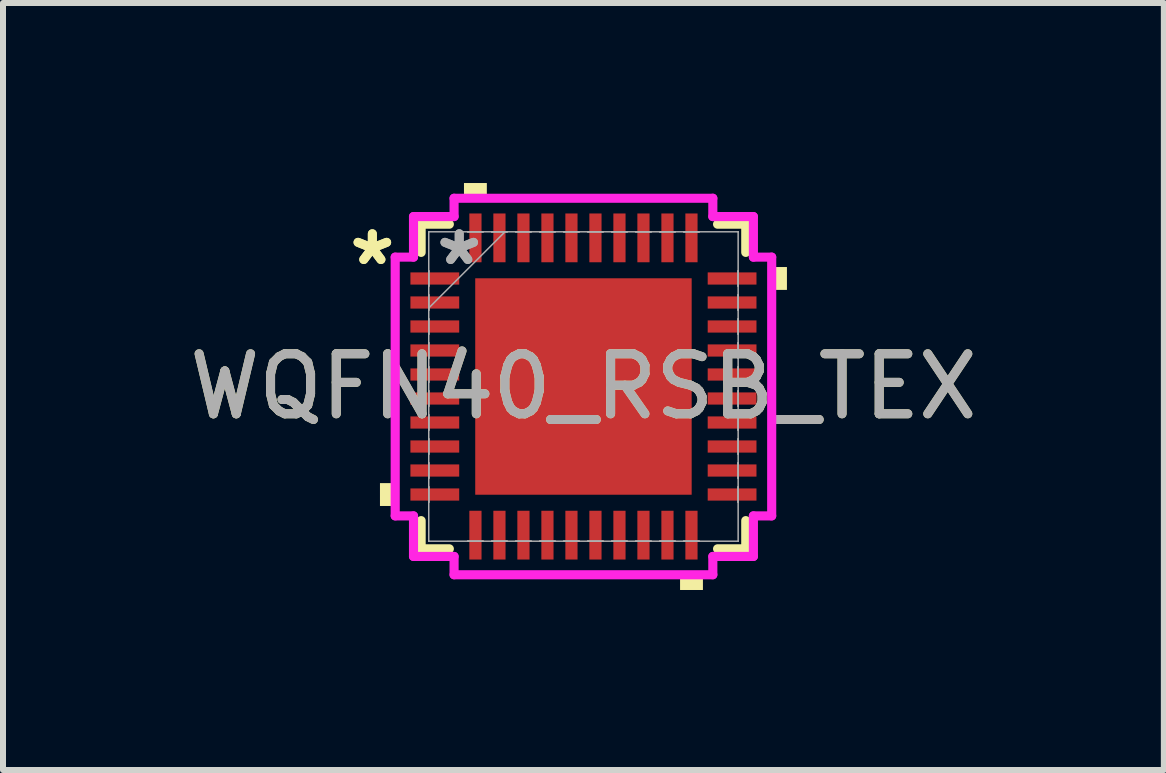
<source format=kicad_pcb>
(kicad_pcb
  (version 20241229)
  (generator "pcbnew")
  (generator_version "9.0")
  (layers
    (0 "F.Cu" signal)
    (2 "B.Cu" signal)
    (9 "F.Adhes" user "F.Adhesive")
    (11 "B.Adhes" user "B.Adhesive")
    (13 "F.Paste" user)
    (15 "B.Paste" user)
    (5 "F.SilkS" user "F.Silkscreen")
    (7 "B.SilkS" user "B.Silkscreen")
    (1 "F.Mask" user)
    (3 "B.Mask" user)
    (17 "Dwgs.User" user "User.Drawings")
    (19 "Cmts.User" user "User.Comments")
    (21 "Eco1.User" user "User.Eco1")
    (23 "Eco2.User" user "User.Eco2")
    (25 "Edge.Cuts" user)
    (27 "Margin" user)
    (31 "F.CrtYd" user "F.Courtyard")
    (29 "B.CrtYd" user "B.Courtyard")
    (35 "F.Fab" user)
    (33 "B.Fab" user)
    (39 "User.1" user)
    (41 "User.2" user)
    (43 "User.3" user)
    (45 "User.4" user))
  (footprint "WQFN40_RSB_TEX"
    (layer "F.Cu")
    (at 6.673 3.391)
    (property "Reference" "WQFN40_RSB_TEX" (at 0 0 0) (unlocked yes) (layer "F.SilkS") (effects (font (size 1 1) (thickness 0.15))))
    (attr smd)
    (fp_line (start -2.705 -2.705) (end -2.705 -2.235) (stroke (width 0.152) (type solid)) (layer "F.SilkS"))
    (fp_line (start -2.705 2.235) (end -2.705 2.705) (stroke (width 0.152) (type solid)) (layer "F.SilkS"))
    (fp_line (start -2.705 2.705) (end -2.235 2.705) (stroke (width 0.152) (type solid)) (layer "F.SilkS"))
    (fp_line (start -2.235 -2.705) (end -2.705 -2.705) (stroke (width 0.152) (type solid)) (layer "F.SilkS"))
    (fp_line (start 2.235 2.705) (end 2.705 2.705) (stroke (width 0.152) (type solid)) (layer "F.SilkS"))
    (fp_line (start 2.705 -2.705) (end 2.235 -2.705) (stroke (width 0.152) (type solid)) (layer "F.SilkS"))
    (fp_line (start 2.705 -2.235) (end 2.705 -2.705) (stroke (width 0.152) (type solid)) (layer "F.SilkS"))
    (fp_line (start 2.705 2.705) (end 2.705 2.235) (stroke (width 0.152) (type solid)) (layer "F.SilkS"))
    (fp_poly (pts (xy -3.391 1.61) (xy -3.391 1.991) (xy -3.137 1.991) (xy -3.137 1.61)) (stroke (width 0) (type solid)) (fill yes) (layer "F.SilkS"))
    (fp_poly (pts (xy -1.991 -3.137) (xy -1.991 -3.391) (xy -1.61 -3.391) (xy -1.61 -3.137)) (stroke (width 0) (type solid)) (fill yes) (layer "F.SilkS"))
    (fp_poly (pts (xy 1.61 3.137) (xy 1.61 3.391) (xy 1.991 3.391) (xy 1.991 3.137)) (stroke (width 0) (type solid)) (fill yes) (layer "F.SilkS"))
    (fp_poly (pts (xy 3.391 -1.991) (xy 3.391 -1.61) (xy 3.137 -1.61) (xy 3.137 -1.991)) (stroke (width 0) (type solid)) (fill yes) (layer "F.SilkS"))
    (fp_poly (pts (xy -1.703 -1.703) (xy -1.703 -0.1) (xy -0.1 -0.1) (xy -0.1 -1.703)) (stroke (width 0) (type solid)) (fill yes) (layer "F.Paste"))
    (fp_poly (pts (xy -1.703 0.1) (xy -1.703 1.703) (xy -0.1 1.703) (xy -0.1 0.1)) (stroke (width 0) (type solid)) (fill yes) (layer "F.Paste"))
    (fp_poly (pts (xy 0.1 -1.703) (xy 0.1 -0.1) (xy 1.703 -0.1) (xy 1.703 -1.703)) (stroke (width 0) (type solid)) (fill yes) (layer "F.Paste"))
    (fp_poly (pts (xy 0.1 0.1) (xy 0.1 1.703) (xy 1.703 1.703) (xy 1.703 0.1)) (stroke (width 0) (type solid)) (fill yes) (layer "F.Paste"))
    (fp_line (start -3.137 -2.156) (end -2.832 -2.156) (stroke (width 0.152) (type solid)) (layer "F.CrtYd"))
    (fp_line (start -3.137 2.156) (end -3.137 -2.156) (stroke (width 0.152) (type solid)) (layer "F.CrtYd"))
    (fp_line (start -2.832 -2.832) (end -2.156 -2.832) (stroke (width 0.152) (type solid)) (layer "F.CrtYd"))
    (fp_line (start -2.832 -2.156) (end -2.832 -2.832) (stroke (width 0.152) (type solid)) (layer "F.CrtYd"))
    (fp_line (start -2.832 2.156) (end -3.137 2.156) (stroke (width 0.152) (type solid)) (layer "F.CrtYd"))
    (fp_line (start -2.832 2.832) (end -2.832 2.156) (stroke (width 0.152) (type solid)) (layer "F.CrtYd"))
    (fp_line (start -2.156 -3.137) (end 2.156 -3.137) (stroke (width 0.152) (type solid)) (layer "F.CrtYd"))
    (fp_line (start -2.156 -2.832) (end -2.156 -3.137) (stroke (width 0.152) (type solid)) (layer "F.CrtYd"))
    (fp_line (start -2.156 2.832) (end -2.832 2.832) (stroke (width 0.152) (type solid)) (layer "F.CrtYd"))
    (fp_line (start -2.156 3.137) (end -2.156 2.832) (stroke (width 0.152) (type solid)) (layer "F.CrtYd"))
    (fp_line (start 2.156 -3.137) (end 2.156 -2.832) (stroke (width 0.152) (type solid)) (layer "F.CrtYd"))
    (fp_line (start 2.156 -2.832) (end 2.832 -2.832) (stroke (width 0.152) (type solid)) (layer "F.CrtYd"))
    (fp_line (start 2.156 2.832) (end 2.156 3.137) (stroke (width 0.152) (type solid)) (layer "F.CrtYd"))
    (fp_line (start 2.156 3.137) (end -2.156 3.137) (stroke (width 0.152) (type solid)) (layer "F.CrtYd"))
    (fp_line (start 2.832 -2.832) (end 2.832 -2.156) (stroke (width 0.152) (type solid)) (layer "F.CrtYd"))
    (fp_line (start 2.832 -2.156) (end 3.137 -2.156) (stroke (width 0.152) (type solid)) (layer "F.CrtYd"))
    (fp_line (start 2.832 2.156) (end 2.832 2.832) (stroke (width 0.152) (type solid)) (layer "F.CrtYd"))
    (fp_line (start 2.832 2.832) (end 2.156 2.832) (stroke (width 0.152) (type solid)) (layer "F.CrtYd"))
    (fp_line (start 3.137 -2.156) (end 3.137 2.156) (stroke (width 0.152) (type solid)) (layer "F.CrtYd"))
    (fp_line (start 3.137 2.156) (end 2.832 2.156) (stroke (width 0.152) (type solid)) (layer "F.CrtYd"))
    (fp_line (start -2.578 -2.578) (end -2.578 -2.578) (stroke (width 0.025) (type solid)) (layer "F.Fab"))
    (fp_line (start -2.578 -2.578) (end -2.578 2.578) (stroke (width 0.025) (type solid)) (layer "F.Fab"))
    (fp_line (start -2.578 -1.927) (end -2.578 -1.927) (stroke (width 0.025) (type solid)) (layer "F.Fab"))
    (fp_line (start -2.578 -1.927) (end -2.578 -1.673) (stroke (width 0.025) (type solid)) (layer "F.Fab"))
    (fp_line (start -2.578 -1.673) (end -2.578 -1.927) (stroke (width 0.025) (type solid)) (layer "F.Fab"))
    (fp_line (start -2.578 -1.673) (end -2.578 -1.673) (stroke (width 0.025) (type solid)) (layer "F.Fab"))
    (fp_line (start -2.578 -1.527) (end -2.578 -1.527) (stroke (width 0.025) (type solid)) (layer "F.Fab"))
    (fp_line (start -2.578 -1.527) (end -2.578 -1.273) (stroke (width 0.025) (type solid)) (layer "F.Fab"))
    (fp_line (start -2.578 -1.308) (end -1.308 -2.578) (stroke (width 0.025) (type solid)) (layer "F.Fab"))
    (fp_line (start -2.578 -1.273) (end -2.578 -1.527) (stroke (width 0.025) (type solid)) (layer "F.Fab"))
    (fp_line (start -2.578 -1.273) (end -2.578 -1.273) (stroke (width 0.025) (type solid)) (layer "F.Fab"))
    (fp_line (start -2.578 -1.127) (end -2.578 -1.127) (stroke (width 0.025) (type solid)) (layer "F.Fab"))
    (fp_line (start -2.578 -1.127) (end -2.578 -0.873) (stroke (width 0.025) (type solid)) (layer "F.Fab"))
    (fp_line (start -2.578 -0.873) (end -2.578 -1.127) (stroke (width 0.025) (type solid)) (layer "F.Fab"))
    (fp_line (start -2.578 -0.873) (end -2.578 -0.873) (stroke (width 0.025) (type solid)) (layer "F.Fab"))
    (fp_line (start -2.578 -0.727) (end -2.578 -0.727) (stroke (width 0.025) (type solid)) (layer "F.Fab"))
    (fp_line (start -2.578 -0.727) (end -2.578 -0.473) (stroke (width 0.025) (type solid)) (layer "F.Fab"))
    (fp_line (start -2.578 -0.473) (end -2.578 -0.727) (stroke (width 0.025) (type solid)) (layer "F.Fab"))
    (fp_line (start -2.578 -0.473) (end -2.578 -0.473) (stroke (width 0.025) (type solid)) (layer "F.Fab"))
    (fp_line (start -2.578 -0.327) (end -2.578 -0.327) (stroke (width 0.025) (type solid)) (layer "F.Fab"))
    (fp_line (start -2.578 -0.327) (end -2.578 -0.073) (stroke (width 0.025) (type solid)) (layer "F.Fab"))
    (fp_line (start -2.578 -0.073) (end -2.578 -0.327) (stroke (width 0.025) (type solid)) (layer "F.Fab"))
    (fp_line (start -2.578 -0.073) (end -2.578 -0.073) (stroke (width 0.025) (type solid)) (layer "F.Fab"))
    (fp_line (start -2.578 0.073) (end -2.578 0.073) (stroke (width 0.025) (type solid)) (layer "F.Fab"))
    (fp_line (start -2.578 0.073) (end -2.578 0.327) (stroke (width 0.025) (type solid)) (layer "F.Fab"))
    (fp_line (start -2.578 0.327) (end -2.578 0.073) (stroke (width 0.025) (type solid)) (layer "F.Fab"))
    (fp_line (start -2.578 0.327) (end -2.578 0.327) (stroke (width 0.025) (type solid)) (layer "F.Fab"))
    (fp_line (start -2.578 0.473) (end -2.578 0.473) (stroke (width 0.025) (type solid)) (layer "F.Fab"))
    (fp_line (start -2.578 0.473) (end -2.578 0.727) (stroke (width 0.025) (type solid)) (layer "F.Fab"))
    (fp_line (start -2.578 0.727) (end -2.578 0.473) (stroke (width 0.025) (type solid)) (layer "F.Fab"))
    (fp_line (start -2.578 0.727) (end -2.578 0.727) (stroke (width 0.025) (type solid)) (layer "F.Fab"))
    (fp_line (start -2.578 0.873) (end -2.578 0.873) (stroke (width 0.025) (type solid)) (layer "F.Fab"))
    (fp_line (start -2.578 0.873) (end -2.578 1.127) (stroke (width 0.025) (type solid)) (layer "F.Fab"))
    (fp_line (start -2.578 1.127) (end -2.578 0.873) (stroke (width 0.025) (type solid)) (layer "F.Fab"))
    (fp_line (start -2.578 1.127) (end -2.578 1.127) (stroke (width 0.025) (type solid)) (layer "F.Fab"))
    (fp_line (start -2.578 1.273) (end -2.578 1.273) (stroke (width 0.025) (type solid)) (layer "F.Fab"))
    (fp_line (start -2.578 1.273) (end -2.578 1.527) (stroke (width 0.025) (type solid)) (layer "F.Fab"))
    (fp_line (start -2.578 1.527) (end -2.578 1.273) (stroke (width 0.025) (type solid)) (layer "F.Fab"))
    (fp_line (start -2.578 1.527) (end -2.578 1.527) (stroke (width 0.025) (type solid)) (layer "F.Fab"))
    (fp_line (start -2.578 1.673) (end -2.578 1.673) (stroke (width 0.025) (type solid)) (layer "F.Fab"))
    (fp_line (start -2.578 1.673) (end -2.578 1.927) (stroke (width 0.025) (type solid)) (layer "F.Fab"))
    (fp_line (start -2.578 1.927) (end -2.578 1.673) (stroke (width 0.025) (type solid)) (layer "F.Fab"))
    (fp_line (start -2.578 1.927) (end -2.578 1.927) (stroke (width 0.025) (type solid)) (layer "F.Fab"))
    (fp_line (start -2.578 2.578) (end -2.578 2.578) (stroke (width 0.025) (type solid)) (layer "F.Fab"))
    (fp_line (start -2.578 2.578) (end 2.578 2.578) (stroke (width 0.025) (type solid)) (layer "F.Fab"))
    (fp_line (start -1.927 -2.578) (end -1.927 -2.578) (stroke (width 0.025) (type solid)) (layer "F.Fab"))
    (fp_line (start -1.927 -2.578) (end -1.673 -2.578) (stroke (width 0.025) (type solid)) (layer "F.Fab"))
    (fp_line (start -1.927 2.578) (end -1.927 2.578) (stroke (width 0.025) (type solid)) (layer "F.Fab"))
    (fp_line (start -1.927 2.578) (end -1.673 2.578) (stroke (width 0.025) (type solid)) (layer "F.Fab"))
    (fp_line (start -1.673 -2.578) (end -1.927 -2.578) (stroke (width 0.025) (type solid)) (layer "F.Fab"))
    (fp_line (start -1.673 -2.578) (end -1.673 -2.578) (stroke (width 0.025) (type solid)) (layer "F.Fab"))
    (fp_line (start -1.673 2.578) (end -1.927 2.578) (stroke (width 0.025) (type solid)) (layer "F.Fab"))
    (fp_line (start -1.673 2.578) (end -1.673 2.578) (stroke (width 0.025) (type solid)) (layer "F.Fab"))
    (fp_line (start -1.527 -2.578) (end -1.527 -2.578) (stroke (width 0.025) (type solid)) (layer "F.Fab"))
    (fp_line (start -1.527 -2.578) (end -1.273 -2.578) (stroke (width 0.025) (type solid)) (layer "F.Fab"))
    (fp_line (start -1.527 2.578) (end -1.527 2.578) (stroke (width 0.025) (type solid)) (layer "F.Fab"))
    (fp_line (start -1.527 2.578) (end -1.273 2.578) (stroke (width 0.025) (type solid)) (layer "F.Fab"))
    (fp_line (start -1.273 -2.578) (end -1.527 -2.578) (stroke (width 0.025) (type solid)) (layer "F.Fab"))
    (fp_line (start -1.273 -2.578) (end -1.273 -2.578) (stroke (width 0.025) (type solid)) (layer "F.Fab"))
    (fp_line (start -1.273 2.578) (end -1.527 2.578) (stroke (width 0.025) (type solid)) (layer "F.Fab"))
    (fp_line (start -1.273 2.578) (end -1.273 2.578) (stroke (width 0.025) (type solid)) (layer "F.Fab"))
    (fp_line (start -1.127 -2.578) (end -1.127 -2.578) (stroke (width 0.025) (type solid)) (layer "F.Fab"))
    (fp_line (start -1.127 -2.578) (end -0.873 -2.578) (stroke (width 0.025) (type solid)) (layer "F.Fab"))
    (fp_line (start -1.127 2.578) (end -1.127 2.578) (stroke (width 0.025) (type solid)) (layer "F.Fab"))
    (fp_line (start -1.127 2.578) (end -0.873 2.578) (stroke (width 0.025) (type solid)) (layer "F.Fab"))
    (fp_line (start -0.873 -2.578) (end -1.127 -2.578) (stroke (width 0.025) (type solid)) (layer "F.Fab"))
    (fp_line (start -0.873 -2.578) (end -0.873 -2.578) (stroke (width 0.025) (type solid)) (layer "F.Fab"))
    (fp_line (start -0.873 2.578) (end -1.127 2.578) (stroke (width 0.025) (type solid)) (layer "F.Fab"))
    (fp_line (start -0.873 2.578) (end -0.873 2.578) (stroke (width 0.025) (type solid)) (layer "F.Fab"))
    (fp_line (start -0.727 -2.578) (end -0.727 -2.578) (stroke (width 0.025) (type solid)) (layer "F.Fab"))
    (fp_line (start -0.727 -2.578) (end -0.473 -2.578) (stroke (width 0.025) (type solid)) (layer "F.Fab"))
    (fp_line (start -0.727 2.578) (end -0.727 2.578) (stroke (width 0.025) (type solid)) (layer "F.Fab"))
    (fp_line (start -0.727 2.578) (end -0.473 2.578) (stroke (width 0.025) (type solid)) (layer "F.Fab"))
    (fp_line (start -0.473 -2.578) (end -0.727 -2.578) (stroke (width 0.025) (type solid)) (layer "F.Fab"))
    (fp_line (start -0.473 -2.578) (end -0.473 -2.578) (stroke (width 0.025) (type solid)) (layer "F.Fab"))
    (fp_line (start -0.473 2.578) (end -0.727 2.578) (stroke (width 0.025) (type solid)) (layer "F.Fab"))
    (fp_line (start -0.473 2.578) (end -0.473 2.578) (stroke (width 0.025) (type solid)) (layer "F.Fab"))
    (fp_line (start -0.327 -2.578) (end -0.327 -2.578) (stroke (width 0.025) (type solid)) (layer "F.Fab"))
    (fp_line (start -0.327 -2.578) (end -0.073 -2.578) (stroke (width 0.025) (type solid)) (layer "F.Fab"))
    (fp_line (start -0.327 2.578) (end -0.327 2.578) (stroke (width 0.025) (type solid)) (layer "F.Fab"))
    (fp_line (start -0.327 2.578) (end -0.073 2.578) (stroke (width 0.025) (type solid)) (layer "F.Fab"))
    (fp_line (start -0.073 -2.578) (end -0.327 -2.578) (stroke (width 0.025) (type solid)) (layer "F.Fab"))
    (fp_line (start -0.073 -2.578) (end -0.073 -2.578) (stroke (width 0.025) (type solid)) (layer "F.Fab"))
    (fp_line (start -0.073 2.578) (end -0.327 2.578) (stroke (width 0.025) (type solid)) (layer "F.Fab"))
    (fp_line (start -0.073 2.578) (end -0.073 2.578) (stroke (width 0.025) (type solid)) (layer "F.Fab"))
    (fp_line (start 0.073 -2.578) (end 0.073 -2.578) (stroke (width 0.025) (type solid)) (layer "F.Fab"))
    (fp_line (start 0.073 -2.578) (end 0.327 -2.578) (stroke (width 0.025) (type solid)) (layer "F.Fab"))
    (fp_line (start 0.073 2.578) (end 0.073 2.578) (stroke (width 0.025) (type solid)) (layer "F.Fab"))
    (fp_line (start 0.073 2.578) (end 0.327 2.578) (stroke (width 0.025) (type solid)) (layer "F.Fab"))
    (fp_line (start 0.327 -2.578) (end 0.073 -2.578) (stroke (width 0.025) (type solid)) (layer "F.Fab"))
    (fp_line (start 0.327 -2.578) (end 0.327 -2.578) (stroke (width 0.025) (type solid)) (layer "F.Fab"))
    (fp_line (start 0.327 2.578) (end 0.073 2.578) (stroke (width 0.025) (type solid)) (layer "F.Fab"))
    (fp_line (start 0.327 2.578) (end 0.327 2.578) (stroke (width 0.025) (type solid)) (layer "F.Fab"))
    (fp_line (start 0.473 -2.578) (end 0.473 -2.578) (stroke (width 0.025) (type solid)) (layer "F.Fab"))
    (fp_line (start 0.473 -2.578) (end 0.727 -2.578) (stroke (width 0.025) (type solid)) (layer "F.Fab"))
    (fp_line (start 0.473 2.578) (end 0.473 2.578) (stroke (width 0.025) (type solid)) (layer "F.Fab"))
    (fp_line (start 0.473 2.578) (end 0.727 2.578) (stroke (width 0.025) (type solid)) (layer "F.Fab"))
    (fp_line (start 0.727 -2.578) (end 0.473 -2.578) (stroke (width 0.025) (type solid)) (layer "F.Fab"))
    (fp_line (start 0.727 -2.578) (end 0.727 -2.578) (stroke (width 0.025) (type solid)) (layer "F.Fab"))
    (fp_line (start 0.727 2.578) (end 0.473 2.578) (stroke (width 0.025) (type solid)) (layer "F.Fab"))
    (fp_line (start 0.727 2.578) (end 0.727 2.578) (stroke (width 0.025) (type solid)) (layer "F.Fab"))
    (fp_line (start 0.873 -2.578) (end 0.873 -2.578) (stroke (width 0.025) (type solid)) (layer "F.Fab"))
    (fp_line (start 0.873 -2.578) (end 1.127 -2.578) (stroke (width 0.025) (type solid)) (layer "F.Fab"))
    (fp_line (start 0.873 2.578) (end 0.873 2.578) (stroke (width 0.025) (type solid)) (layer "F.Fab"))
    (fp_line (start 0.873 2.578) (end 1.127 2.578) (stroke (width 0.025) (type solid)) (layer "F.Fab"))
    (fp_line (start 1.127 -2.578) (end 0.873 -2.578) (stroke (width 0.025) (type solid)) (layer "F.Fab"))
    (fp_line (start 1.127 -2.578) (end 1.127 -2.578) (stroke (width 0.025) (type solid)) (layer "F.Fab"))
    (fp_line (start 1.127 2.578) (end 0.873 2.578) (stroke (width 0.025) (type solid)) (layer "F.Fab"))
    (fp_line (start 1.127 2.578) (end 1.127 2.578) (stroke (width 0.025) (type solid)) (layer "F.Fab"))
    (fp_line (start 1.273 -2.578) (end 1.273 -2.578) (stroke (width 0.025) (type solid)) (layer "F.Fab"))
    (fp_line (start 1.273 -2.578) (end 1.527 -2.578) (stroke (width 0.025) (type solid)) (layer "F.Fab"))
    (fp_line (start 1.273 2.578) (end 1.273 2.578) (stroke (width 0.025) (type solid)) (layer "F.Fab"))
    (fp_line (start 1.273 2.578) (end 1.527 2.578) (stroke (width 0.025) (type solid)) (layer "F.Fab"))
    (fp_line (start 1.527 -2.578) (end 1.273 -2.578) (stroke (width 0.025) (type solid)) (layer "F.Fab"))
    (fp_line (start 1.527 -2.578) (end 1.527 -2.578) (stroke (width 0.025) (type solid)) (layer "F.Fab"))
    (fp_line (start 1.527 2.578) (end 1.273 2.578) (stroke (width 0.025) (type solid)) (layer "F.Fab"))
    (fp_line (start 1.527 2.578) (end 1.527 2.578) (stroke (width 0.025) (type solid)) (layer "F.Fab"))
    (fp_line (start 1.673 -2.578) (end 1.673 -2.578) (stroke (width 0.025) (type solid)) (layer "F.Fab"))
    (fp_line (start 1.673 -2.578) (end 1.927 -2.578) (stroke (width 0.025) (type solid)) (layer "F.Fab"))
    (fp_line (start 1.673 2.578) (end 1.673 2.578) (stroke (width 0.025) (type solid)) (layer "F.Fab"))
    (fp_line (start 1.673 2.578) (end 1.927 2.578) (stroke (width 0.025) (type solid)) (layer "F.Fab"))
    (fp_line (start 1.927 -2.578) (end 1.673 -2.578) (stroke (width 0.025) (type solid)) (layer "F.Fab"))
    (fp_line (start 1.927 -2.578) (end 1.927 -2.578) (stroke (width 0.025) (type solid)) (layer "F.Fab"))
    (fp_line (start 1.927 2.578) (end 1.673 2.578) (stroke (width 0.025) (type solid)) (layer "F.Fab"))
    (fp_line (start 1.927 2.578) (end 1.927 2.578) (stroke (width 0.025) (type solid)) (layer "F.Fab"))
    (fp_line (start 2.578 -2.578) (end -2.578 -2.578) (stroke (width 0.025) (type solid)) (layer "F.Fab"))
    (fp_line (start 2.578 -2.578) (end 2.578 -2.578) (stroke (width 0.025) (type solid)) (layer "F.Fab"))
    (fp_line (start 2.578 -1.927) (end 2.578 -1.927) (stroke (width 0.025) (type solid)) (layer "F.Fab"))
    (fp_line (start 2.578 -1.927) (end 2.578 -1.673) (stroke (width 0.025) (type solid)) (layer "F.Fab"))
    (fp_line (start 2.578 -1.673) (end 2.578 -1.927) (stroke (width 0.025) (type solid)) (layer "F.Fab"))
    (fp_line (start 2.578 -1.673) (end 2.578 -1.673) (stroke (width 0.025) (type solid)) (layer "F.Fab"))
    (fp_line (start 2.578 -1.527) (end 2.578 -1.527) (stroke (width 0.025) (type solid)) (layer "F.Fab"))
    (fp_line (start 2.578 -1.527) (end 2.578 -1.273) (stroke (width 0.025) (type solid)) (layer "F.Fab"))
    (fp_line (start 2.578 -1.273) (end 2.578 -1.527) (stroke (width 0.025) (type solid)) (layer "F.Fab"))
    (fp_line (start 2.578 -1.273) (end 2.578 -1.273) (stroke (width 0.025) (type solid)) (layer "F.Fab"))
    (fp_line (start 2.578 -1.127) (end 2.578 -1.127) (stroke (width 0.025) (type solid)) (layer "F.Fab"))
    (fp_line (start 2.578 -1.127) (end 2.578 -0.873) (stroke (width 0.025) (type solid)) (layer "F.Fab"))
    (fp_line (start 2.578 -0.873) (end 2.578 -1.127) (stroke (width 0.025) (type solid)) (layer "F.Fab"))
    (fp_line (start 2.578 -0.873) (end 2.578 -0.873) (stroke (width 0.025) (type solid)) (layer "F.Fab"))
    (fp_line (start 2.578 -0.727) (end 2.578 -0.727) (stroke (width 0.025) (type solid)) (layer "F.Fab"))
    (fp_line (start 2.578 -0.727) (end 2.578 -0.473) (stroke (width 0.025) (type solid)) (layer "F.Fab"))
    (fp_line (start 2.578 -0.473) (end 2.578 -0.727) (stroke (width 0.025) (type solid)) (layer "F.Fab"))
    (fp_line (start 2.578 -0.473) (end 2.578 -0.473) (stroke (width 0.025) (type solid)) (layer "F.Fab"))
    (fp_line (start 2.578 -0.327) (end 2.578 -0.327) (stroke (width 0.025) (type solid)) (layer "F.Fab"))
    (fp_line (start 2.578 -0.327) (end 2.578 -0.073) (stroke (width 0.025) (type solid)) (layer "F.Fab"))
    (fp_line (start 2.578 -0.073) (end 2.578 -0.327) (stroke (width 0.025) (type solid)) (layer "F.Fab"))
    (fp_line (start 2.578 -0.073) (end 2.578 -0.073) (stroke (width 0.025) (type solid)) (layer "F.Fab"))
    (fp_line (start 2.578 0.073) (end 2.578 0.073) (stroke (width 0.025) (type solid)) (layer "F.Fab"))
    (fp_line (start 2.578 0.073) (end 2.578 0.327) (stroke (width 0.025) (type solid)) (layer "F.Fab"))
    (fp_line (start 2.578 0.327) (end 2.578 0.073) (stroke (width 0.025) (type solid)) (layer "F.Fab"))
    (fp_line (start 2.578 0.327) (end 2.578 0.327) (stroke (width 0.025) (type solid)) (layer "F.Fab"))
    (fp_line (start 2.578 0.473) (end 2.578 0.473) (stroke (width 0.025) (type solid)) (layer "F.Fab"))
    (fp_line (start 2.578 0.473) (end 2.578 0.727) (stroke (width 0.025) (type solid)) (layer "F.Fab"))
    (fp_line (start 2.578 0.727) (end 2.578 0.473) (stroke (width 0.025) (type solid)) (layer "F.Fab"))
    (fp_line (start 2.578 0.727) (end 2.578 0.727) (stroke (width 0.025) (type solid)) (layer "F.Fab"))
    (fp_line (start 2.578 0.873) (end 2.578 0.873) (stroke (width 0.025) (type solid)) (layer "F.Fab"))
    (fp_line (start 2.578 0.873) (end 2.578 1.127) (stroke (width 0.025) (type solid)) (layer "F.Fab"))
    (fp_line (start 2.578 1.127) (end 2.578 0.873) (stroke (width 0.025) (type solid)) (layer "F.Fab"))
    (fp_line (start 2.578 1.127) (end 2.578 1.127) (stroke (width 0.025) (type solid)) (layer "F.Fab"))
    (fp_line (start 2.578 1.273) (end 2.578 1.273) (stroke (width 0.025) (type solid)) (layer "F.Fab"))
    (fp_line (start 2.578 1.273) (end 2.578 1.527) (stroke (width 0.025) (type solid)) (layer "F.Fab"))
    (fp_line (start 2.578 1.527) (end 2.578 1.273) (stroke (width 0.025) (type solid)) (layer "F.Fab"))
    (fp_line (start 2.578 1.527) (end 2.578 1.527) (stroke (width 0.025) (type solid)) (layer "F.Fab"))
    (fp_line (start 2.578 1.673) (end 2.578 1.673) (stroke (width 0.025) (type solid)) (layer "F.Fab"))
    (fp_line (start 2.578 1.673) (end 2.578 1.927) (stroke (width 0.025) (type solid)) (layer "F.Fab"))
    (fp_line (start 2.578 1.927) (end 2.578 1.673) (stroke (width 0.025) (type solid)) (layer "F.Fab"))
    (fp_line (start 2.578 1.927) (end 2.578 1.927) (stroke (width 0.025) (type solid)) (layer "F.Fab"))
    (fp_line (start 2.578 2.578) (end 2.578 -2.578) (stroke (width 0.025) (type solid)) (layer "F.Fab"))
    (fp_line (start 2.578 2.578) (end 2.578 2.578) (stroke (width 0.025) (type solid)) (layer "F.Fab"))
    (fp_text user "*" (at -3.518 -2 0) (layer "F.SilkS") (effects (font (size 1 1) (thickness 0.15))))
    (fp_text user "*" (at -3.518 -2 0) (unlocked yes) (layer "F.SilkS") (effects (font (size 1 1) (thickness 0.15))))
    (fp_text user "*" (at -2.07 -2 0) (unlocked yes) (layer "F.Fab") (effects (font (size 1 1) (thickness 0.15))))
    (fp_text user "${REFERENCE}" (at 0 0 0) (unlocked yes) (layer "F.Fab") (effects (font (size 1 1) (thickness 0.15))))
    (fp_text user "*" (at -2.07 -2 0) (layer "F.Fab") (effects (font (size 1 1) (thickness 0.15))))
    (pad "1" smd rect (at -2.477 -1.8 90) (size 0.203 0.813) (layers "F.Cu" "F.Mask" "F.Paste"))
    (pad "2" smd rect (at -2.477 -1.4 90) (size 0.203 0.813) (layers "F.Cu" "F.Mask" "F.Paste"))
    (pad "3" smd rect (at -2.477 -1 90) (size 0.203 0.813) (layers "F.Cu" "F.Mask" "F.Paste"))
    (pad "4" smd rect (at -2.477 -0.6 90) (size 0.203 0.813) (layers "F.Cu" "F.Mask" "F.Paste"))
    (pad "5" smd rect (at -2.477 -0.2 90) (size 0.203 0.813) (layers "F.Cu" "F.Mask" "F.Paste"))
    (pad "6" smd rect (at -2.477 0.2 90) (size 0.203 0.813) (layers "F.Cu" "F.Mask" "F.Paste"))
    (pad "7" smd rect (at -2.477 0.6 90) (size 0.203 0.813) (layers "F.Cu" "F.Mask" "F.Paste"))
    (pad "8" smd rect (at -2.477 1 90) (size 0.203 0.813) (layers "F.Cu" "F.Mask" "F.Paste"))
    (pad "9" smd rect (at -2.477 1.4 90) (size 0.203 0.813) (layers "F.Cu" "F.Mask" "F.Paste"))
    (pad "10" smd rect (at -2.477 1.8 90) (size 0.203 0.813) (layers "F.Cu" "F.Mask" "F.Paste"))
    (pad "11" smd rect (at -1.8 2.477) (size 0.203 0.813) (layers "F.Cu" "F.Mask" "F.Paste"))
    (pad "12" smd rect (at -1.4 2.477) (size 0.203 0.813) (layers "F.Cu" "F.Mask" "F.Paste"))
    (pad "13" smd rect (at -1 2.477) (size 0.203 0.813) (layers "F.Cu" "F.Mask" "F.Paste"))
    (pad "14" smd rect (at -0.6 2.477) (size 0.203 0.813) (layers "F.Cu" "F.Mask" "F.Paste"))
    (pad "15" smd rect (at -0.2 2.477) (size 0.203 0.813) (layers "F.Cu" "F.Mask" "F.Paste"))
    (pad "16" smd rect (at 0.2 2.477) (size 0.203 0.813) (layers "F.Cu" "F.Mask" "F.Paste"))
    (pad "17" smd rect (at 0.6 2.477) (size 0.203 0.813) (layers "F.Cu" "F.Mask" "F.Paste"))
    (pad "18" smd rect (at 1 2.477) (size 0.203 0.813) (layers "F.Cu" "F.Mask" "F.Paste"))
    (pad "19" smd rect (at 1.4 2.477) (size 0.203 0.813) (layers "F.Cu" "F.Mask" "F.Paste"))
    (pad "20" smd rect (at 1.8 2.477) (size 0.203 0.813) (layers "F.Cu" "F.Mask" "F.Paste"))
    (pad "21" smd rect (at 2.477 1.8 90) (size 0.203 0.813) (layers "F.Cu" "F.Mask" "F.Paste"))
    (pad "22" smd rect (at 2.477 1.4 90) (size 0.203 0.813) (layers "F.Cu" "F.Mask" "F.Paste"))
    (pad "23" smd rect (at 2.477 1 90) (size 0.203 0.813) (layers "F.Cu" "F.Mask" "F.Paste"))
    (pad "24" smd rect (at 2.477 0.6 90) (size 0.203 0.813) (layers "F.Cu" "F.Mask" "F.Paste"))
    (pad "25" smd rect (at 2.477 0.2 90) (size 0.203 0.813) (layers "F.Cu" "F.Mask" "F.Paste"))
    (pad "26" smd rect (at 2.477 -0.2 90) (size 0.203 0.813) (layers "F.Cu" "F.Mask" "F.Paste"))
    (pad "27" smd rect (at 2.477 -0.6 90) (size 0.203 0.813) (layers "F.Cu" "F.Mask" "F.Paste"))
    (pad "28" smd rect (at 2.477 -1 90) (size 0.203 0.813) (layers "F.Cu" "F.Mask" "F.Paste"))
    (pad "29" smd rect (at 2.477 -1.4 90) (size 0.203 0.813) (layers "F.Cu" "F.Mask" "F.Paste"))
    (pad "30" smd rect (at 2.477 -1.8 90) (size 0.203 0.813) (layers "F.Cu" "F.Mask" "F.Paste"))
    (pad "31" smd rect (at 1.8 -2.477) (size 0.203 0.813) (layers "F.Cu" "F.Mask" "F.Paste"))
    (pad "32" smd rect (at 1.4 -2.477) (size 0.203 0.813) (layers "F.Cu" "F.Mask" "F.Paste"))
    (pad "33" smd rect (at 1 -2.477) (size 0.203 0.813) (layers "F.Cu" "F.Mask" "F.Paste"))
    (pad "34" smd rect (at 0.6 -2.477) (size 0.203 0.813) (layers "F.Cu" "F.Mask" "F.Paste"))
    (pad "35" smd rect (at 0.2 -2.477) (size 0.203 0.813) (layers "F.Cu" "F.Mask" "F.Paste"))
    (pad "36" smd rect (at -0.2 -2.477) (size 0.203 0.813) (layers "F.Cu" "F.Mask" "F.Paste"))
    (pad "37" smd rect (at -0.6 -2.477) (size 0.203 0.813) (layers "F.Cu" "F.Mask" "F.Paste"))
    (pad "38" smd rect (at -1 -2.477) (size 0.203 0.813) (layers "F.Cu" "F.Mask" "F.Paste"))
    (pad "39" smd rect (at -1.4 -2.477) (size 0.203 0.813) (layers "F.Cu" "F.Mask" "F.Paste"))
    (pad "40" smd rect (at -1.8 -2.477) (size 0.203 0.813) (layers "F.Cu" "F.Mask" "F.Paste"))
    (pad "41" smd rect (at 0 0) (size 3.607 3.607) (layers "F.Cu" "F.Mask" "F.Paste")))
  (gr_rect
    (start -3 -3)
    (end 16.345 9.782)
    (stroke (width 0.1) (type default))
    (fill no)
    (layer "Edge.Cuts")))
</source>
